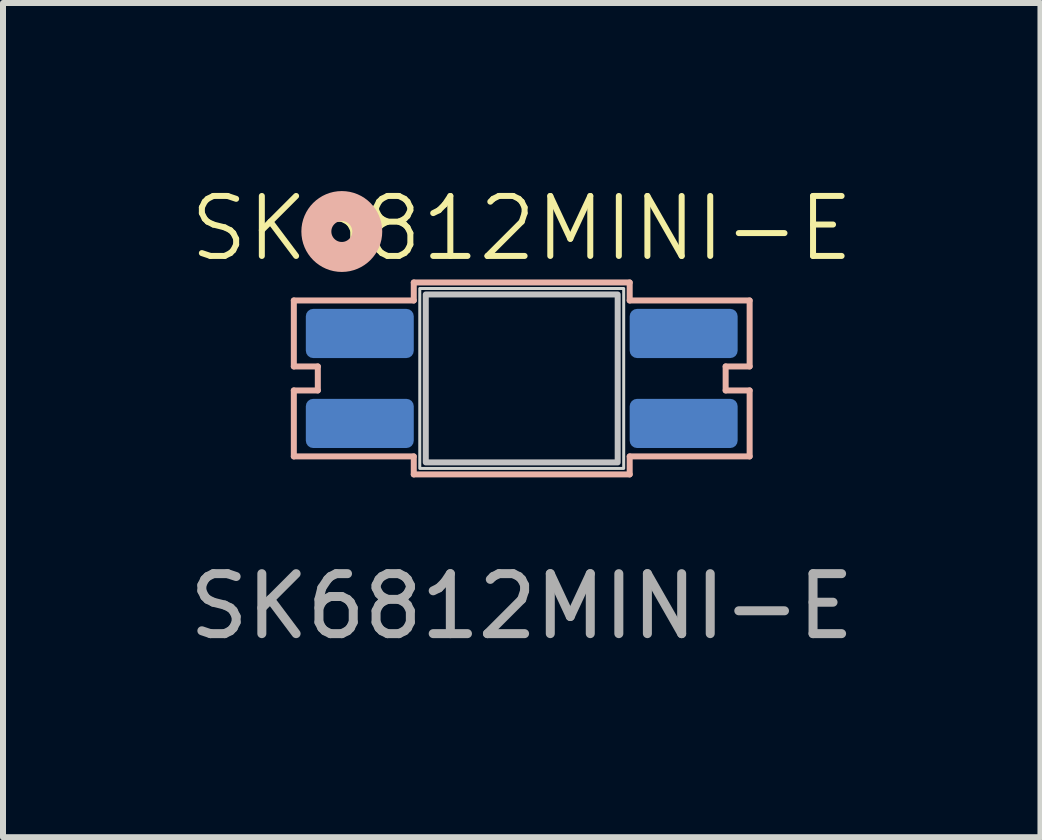
<source format=kicad_pcb>
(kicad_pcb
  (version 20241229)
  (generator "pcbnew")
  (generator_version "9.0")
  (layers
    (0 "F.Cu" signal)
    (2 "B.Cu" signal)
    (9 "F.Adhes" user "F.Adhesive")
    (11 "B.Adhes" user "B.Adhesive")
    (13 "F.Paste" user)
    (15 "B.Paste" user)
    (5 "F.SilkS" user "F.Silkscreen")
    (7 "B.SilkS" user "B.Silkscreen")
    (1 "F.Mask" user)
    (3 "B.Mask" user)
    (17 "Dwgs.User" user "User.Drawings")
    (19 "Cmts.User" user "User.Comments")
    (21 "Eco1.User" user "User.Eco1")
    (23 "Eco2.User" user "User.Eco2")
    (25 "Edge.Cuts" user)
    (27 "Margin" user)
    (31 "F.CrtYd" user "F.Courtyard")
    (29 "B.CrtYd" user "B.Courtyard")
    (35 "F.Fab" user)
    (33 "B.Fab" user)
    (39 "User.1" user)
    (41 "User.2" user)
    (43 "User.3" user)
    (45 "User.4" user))
  (footprint "SK6812MINI-E"
    (layer "F.Cu")
    (at 5.649 3.26)
    (property "Reference" "SK6812MINI-E" (at 0 -2.5 0) (unlocked yes) (layer "F.SilkS") (effects (font (size 1 1) (thickness 0.1))))
    (attr smd)
    (fp_line (start -3.8 -1.3) (end -3.8 -0.2) (stroke (width 0.1) (type default)) (layer "B.SilkS"))
    (fp_line (start -3.8 -1.3) (end -1.8 -1.3) (stroke (width 0.1) (type default)) (layer "B.SilkS"))
    (fp_line (start -3.8 0.2) (end -3.8 1.3) (stroke (width 0.1) (type default)) (layer "B.SilkS"))
    (fp_line (start -3.8 0.2) (end -3.4 0.2) (stroke (width 0.1) (type default)) (layer "B.SilkS"))
    (fp_line (start -3.4 -0.2) (end -3.8 -0.2) (stroke (width 0.1) (type default)) (layer "B.SilkS"))
    (fp_line (start -3.4 -0.2) (end -3.4 0.2) (stroke (width 0.1) (type default)) (layer "B.SilkS"))
    (fp_line (start -1.8 -1.6) (end 1.8 -1.6) (stroke (width 0.1) (type default)) (layer "B.SilkS"))
    (fp_line (start -1.8 -1.3) (end -1.8 -1.6) (stroke (width 0.1) (type default)) (layer "B.SilkS"))
    (fp_line (start -1.8 1.3) (end -3.8 1.3) (stroke (width 0.1) (type default)) (layer "B.SilkS"))
    (fp_line (start -1.8 1.3) (end -1.8 1.6) (stroke (width 0.1) (type default)) (layer "B.SilkS"))
    (fp_line (start 1.8 -1.3) (end 1.8 -1.6) (stroke (width 0.1) (type default)) (layer "B.SilkS"))
    (fp_line (start 1.8 -1.3) (end 3.8 -1.3) (stroke (width 0.1) (type default)) (layer "B.SilkS"))
    (fp_line (start 1.8 1.3) (end 1.8 1.6) (stroke (width 0.1) (type default)) (layer "B.SilkS"))
    (fp_line (start 1.8 1.6) (end -1.8 1.6) (stroke (width 0.1) (type default)) (layer "B.SilkS"))
    (fp_line (start 3.4 -0.2) (end 3.4 0.2) (stroke (width 0.1) (type default)) (layer "B.SilkS"))
    (fp_line (start 3.4 0.2) (end 3.8 0.2) (stroke (width 0.1) (type default)) (layer "B.SilkS"))
    (fp_line (start 3.8 -1.3) (end 3.8 -0.2) (stroke (width 0.1) (type default)) (layer "B.SilkS"))
    (fp_line (start 3.8 -0.2) (end 3.4 -0.2) (stroke (width 0.1) (type default)) (layer "B.SilkS"))
    (fp_line (start 3.8 0.2) (end 3.8 1.3) (stroke (width 0.1) (type default)) (layer "B.SilkS"))
    (fp_line (start 3.8 1.3) (end 1.8 1.3) (stroke (width 0.1) (type default)) (layer "B.SilkS"))
    (fp_circle (center -3 -2.45) (end -3.3 -2.15) (stroke (width 0.5) (type solid)) (fill no) (layer "B.SilkS"))
    (fp_rect (start -1.6 -1.4) (end 1.6 1.4) (stroke (width 0.1) (type solid)) (fill no) (layer "Dwgs.User"))
    (fp_rect (start -1.7 -1.5) (end 1.7 1.5) (stroke (width 0.05) (type solid)) (fill no) (layer "Edge.Cuts"))
    (fp_text user "${REFERENCE}" (at 0 3.8 0) (unlocked yes) (layer "F.Fab") (effects (font (size 1 1) (thickness 0.15))))
    (pad "1" smd roundrect (at -2.7 -0.75) (size 1.8 0.82) (layers "B.Cu" "B.Mask" "B.Paste") (roundrect_rratio 0.15))
    (pad "2" smd roundrect (at -2.7 0.75) (size 1.8 0.82) (layers "B.Cu" "B.Mask" "B.Paste") (roundrect_rratio 0.15))
    (pad "3" smd roundrect (at 2.7 0.75) (size 1.8 0.82) (layers "B.Cu" "B.Mask" "B.Paste") (roundrect_rratio 0.15))
    (pad "4" smd roundrect (at 2.7 -0.75) (size 1.8 0.82) (layers "B.Cu" "B.Mask" "B.Paste") (roundrect_rratio 0.15)))
  (gr_rect
    (start -3 -3)
    (end 14.298 10.909)
    (stroke (width 0.1) (type default))
    (fill no)
    (layer "Edge.Cuts")))
</source>
